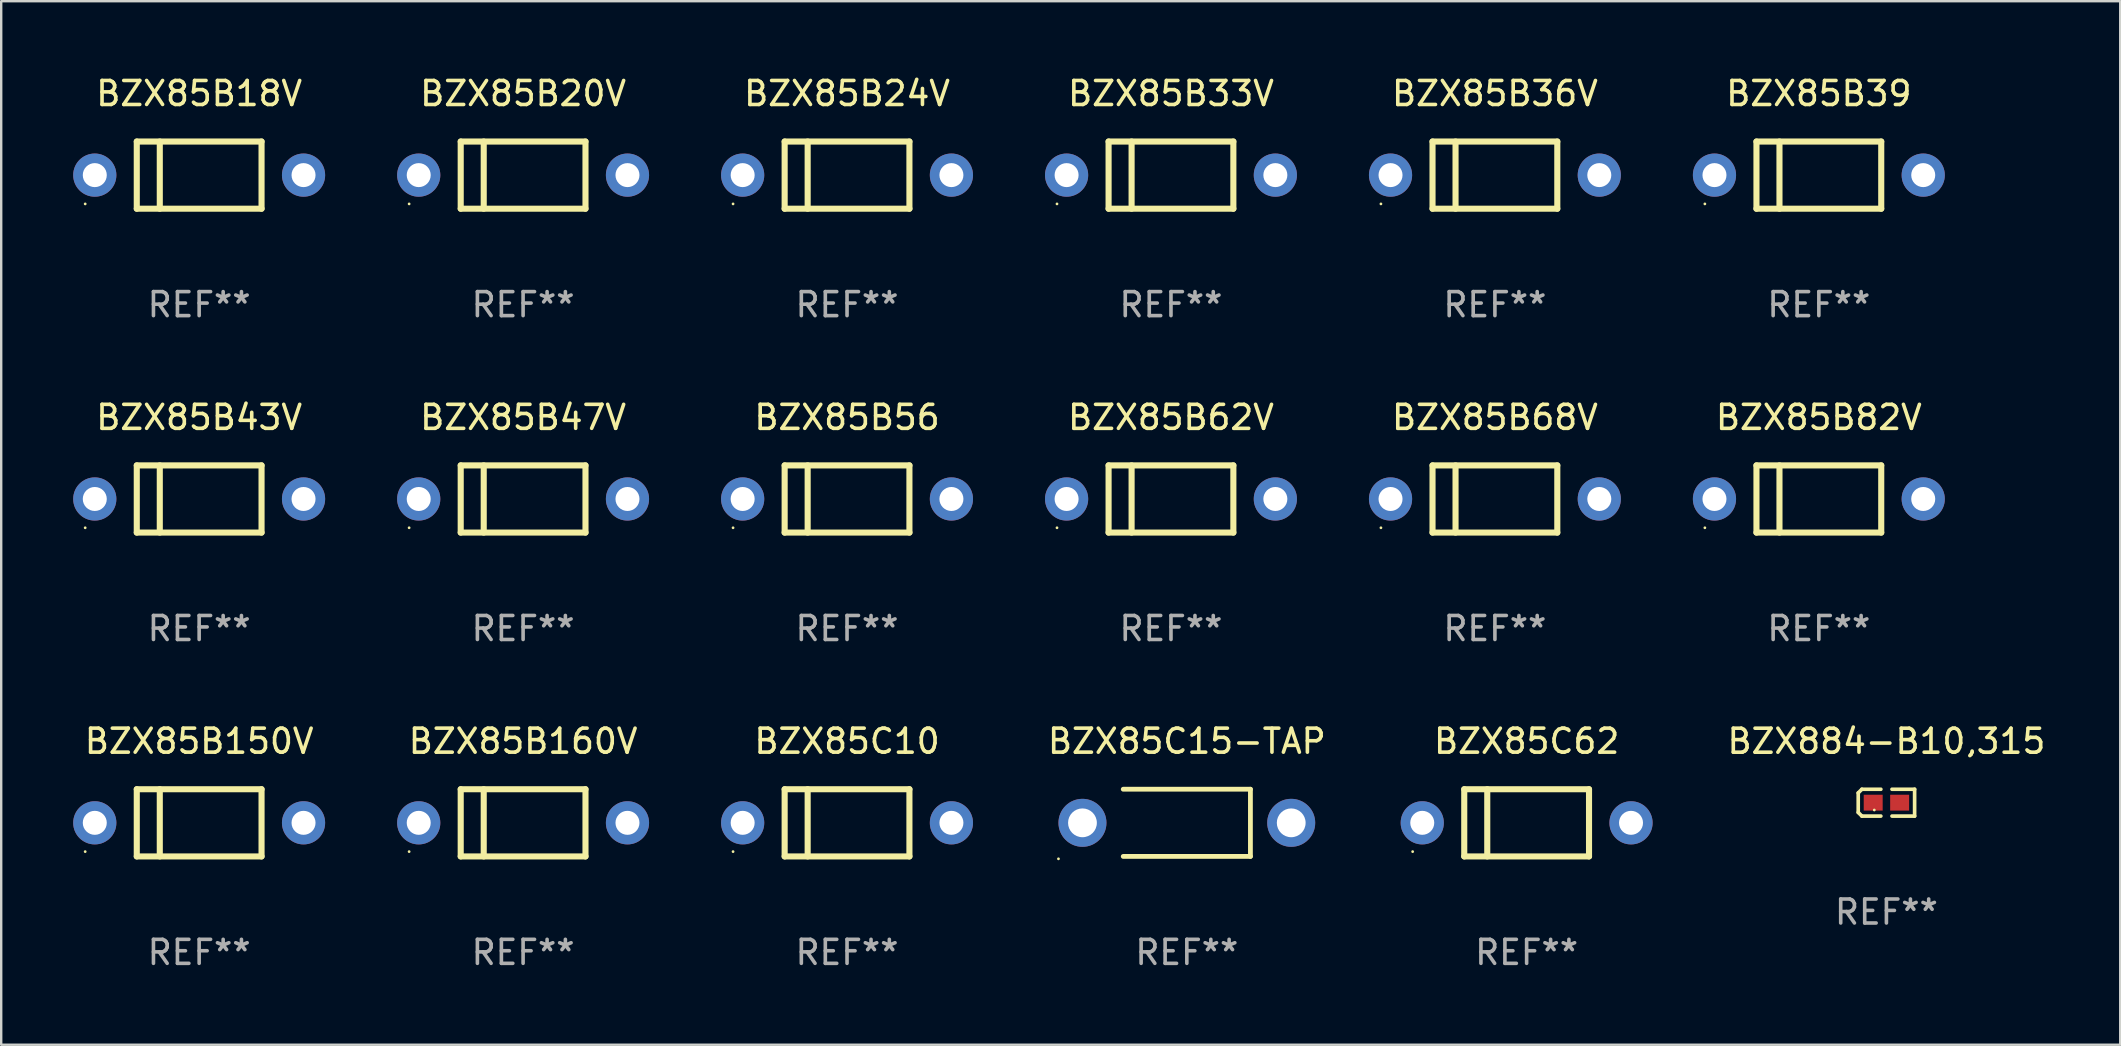
<source format=kicad_pcb>
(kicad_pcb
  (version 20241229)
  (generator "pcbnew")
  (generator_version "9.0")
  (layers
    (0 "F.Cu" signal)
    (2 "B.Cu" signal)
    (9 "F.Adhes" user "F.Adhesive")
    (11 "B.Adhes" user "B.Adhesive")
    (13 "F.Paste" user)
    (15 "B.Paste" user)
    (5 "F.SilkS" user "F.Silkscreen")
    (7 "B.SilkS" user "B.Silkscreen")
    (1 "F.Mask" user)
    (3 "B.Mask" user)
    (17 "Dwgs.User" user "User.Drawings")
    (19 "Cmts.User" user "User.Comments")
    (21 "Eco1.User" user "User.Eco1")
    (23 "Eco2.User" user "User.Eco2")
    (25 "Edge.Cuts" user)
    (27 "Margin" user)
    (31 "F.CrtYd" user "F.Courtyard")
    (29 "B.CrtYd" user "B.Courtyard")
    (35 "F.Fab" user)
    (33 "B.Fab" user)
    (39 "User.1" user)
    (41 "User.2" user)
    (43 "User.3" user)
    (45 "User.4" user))
  (footprint "BZX85C15-TAP"
    (layer "F.Cu")
    (at 46.411 31.241)
    (property "Reference" "BZX85C15-TAP" (at 0 -3.4 0) (layer "F.SilkS") (effects (font (size 1 1) (thickness 0.15))))
    (attr through_hole)
    (fp_line (start -2.65 1.4) (end 2.65 1.4) (stroke (width 0.2) (type solid)) (layer "F.SilkS"))
    (fp_line (start 2.65 -1.4) (end -2.65 -1.4) (stroke (width 0.2) (type solid)) (layer "F.SilkS"))
    (fp_line (start 2.65 1.4) (end 2.65 -1.4) (stroke (width 0.2) (type solid)) (layer "F.SilkS"))
    (fp_circle (center -5.35 1.5) (end -5.32 1.5) (stroke (width 0.06) (type solid)) (fill no) (layer "F.SilkS"))
    (fp_text user "REF**" (at 0 5.4 0) (layer "F.Fab") (effects (font (size 1 1) (thickness 0.15))))
    (pad "1" thru_hole circle (at -4.35 0) (size 2 2) (drill 1.2) (layers "*.Cu" "*.Mask"))
    (pad "2" thru_hole circle (at 4.35 0) (size 2 2) (drill 1.2) (layers "*.Cu" "*.Mask")))
  (footprint "BZX884-B10,315"
    (layer "F.Cu")
    (at 75.566 30.401)
    (property "Reference" "BZX884-B10,315" (at 0 -2.559 0) (layer "F.SilkS") (effects (font (size 1 1) (thickness 0.15))))
    (attr through_hole)
    (fp_line (start -1.175 -0.407) (end -1.023 -0.559) (stroke (width 0.152) (type solid)) (layer "F.SilkS"))
    (fp_line (start -1.175 0.407) (end -1.175 -0.407) (stroke (width 0.152) (type solid)) (layer "F.SilkS"))
    (fp_line (start -1.023 -0.559) (end -0.232 -0.559) (stroke (width 0.152) (type solid)) (layer "F.SilkS"))
    (fp_line (start -1.023 0.559) (end -1.175 0.407) (stroke (width 0.152) (type solid)) (layer "F.SilkS"))
    (fp_line (start -0.232 0.559) (end -1.023 0.559) (stroke (width 0.152) (type solid)) (layer "F.SilkS"))
    (fp_line (start 0.232 0.559) (end 1.175 0.559) (stroke (width 0.152) (type solid)) (layer "F.SilkS"))
    (fp_line (start 1.175 -0.559) (end 0.232 -0.559) (stroke (width 0.152) (type solid)) (layer "F.SilkS"))
    (fp_line (start 1.175 0.559) (end 1.175 -0.559) (stroke (width 0.152) (type solid)) (layer "F.SilkS"))
    (fp_circle (center -0.506 0.306) (end -0.476 0.306) (stroke (width 0.06) (type solid)) (fill no) (layer "F.SilkS"))
    (fp_text user "REF**" (at 0 4.559 0) (layer "F.Fab") (effects (font (size 1 1) (thickness 0.15))))
    (pad "1" smd rect (at -0.551 0) (size 0.79 0.661) (layers "F.Cu" "F.Mask" "F.Paste"))
    (pad "2" smd rect (at 0.551 0) (size 0.79 0.661) (layers "F.Cu" "F.Mask" "F.Paste")))
  (footprint "BZX85B68V"
    (layer "F.Cu")
    (at 59.25 17.745)
    (property "Reference" "BZX85B68V" (at 0 -3.4 0) (layer "F.SilkS") (effects (font (size 1 1) (thickness 0.15))))
    (attr through_hole)
    (fp_line (start -2.6 -1.4) (end -2.6 1.4) (stroke (width 0.254) (type solid)) (layer "F.SilkS"))
    (fp_line (start -2.6 -1.4) (end 2.6 -1.4) (stroke (width 0.254) (type solid)) (layer "F.SilkS"))
    (fp_line (start -2.6 1.4) (end 2.6 1.4) (stroke (width 0.254) (type solid)) (layer "F.SilkS"))
    (fp_line (start -1.641 -1.4) (end -1.641 1.4) (stroke (width 0.254) (type solid)) (layer "F.SilkS"))
    (fp_line (start 2.6 -1.4) (end 2.6 1.4) (stroke (width 0.254) (type solid)) (layer "F.SilkS"))
    (fp_circle (center -4.75 1.2) (end -4.72 1.2) (stroke (width 0.06) (type solid)) (fill no) (layer "F.SilkS"))
    (fp_text user "REF**" (at 0 5.4 0) (layer "F.Fab") (effects (font (size 1 1) (thickness 0.15))))
    (pad "1" thru_hole circle (at -4.35 0) (size 1.8 1.8) (drill 1) (layers "*.Cu" "*.Mask"))
    (pad "2" thru_hole circle (at 4.35 0) (size 1.8 1.8) (drill 1) (layers "*.Cu" "*.Mask")))
  (footprint "BZX85B150V"
    (layer "F.Cu")
    (at 5.25 31.241)
    (property "Reference" "BZX85B150V" (at 0 -3.4 0) (layer "F.SilkS") (effects (font (size 1 1) (thickness 0.15))))
    (attr through_hole)
    (fp_line (start -2.6 -1.4) (end -2.6 1.4) (stroke (width 0.254) (type solid)) (layer "F.SilkS"))
    (fp_line (start -2.6 -1.4) (end 2.6 -1.4) (stroke (width 0.254) (type solid)) (layer "F.SilkS"))
    (fp_line (start -2.6 1.4) (end 2.6 1.4) (stroke (width 0.254) (type solid)) (layer "F.SilkS"))
    (fp_line (start -1.641 -1.4) (end -1.641 1.4) (stroke (width 0.254) (type solid)) (layer "F.SilkS"))
    (fp_line (start 2.6 -1.4) (end 2.6 1.4) (stroke (width 0.254) (type solid)) (layer "F.SilkS"))
    (fp_circle (center -4.75 1.2) (end -4.72 1.2) (stroke (width 0.06) (type solid)) (fill no) (layer "F.SilkS"))
    (fp_text user "REF**" (at 0 5.4 0) (layer "F.Fab") (effects (font (size 1 1) (thickness 0.15))))
    (pad "1" thru_hole circle (at -4.35 0) (size 1.8 1.8) (drill 1) (layers "*.Cu" "*.Mask"))
    (pad "2" thru_hole circle (at 4.35 0) (size 1.8 1.8) (drill 1) (layers "*.Cu" "*.Mask")))
  (footprint "BZX85B39"
    (layer "F.Cu")
    (at 72.75 4.248)
    (property "Reference" "BZX85B39" (at 0 -3.4 0) (layer "F.SilkS") (effects (font (size 1 1) (thickness 0.15))))
    (attr through_hole)
    (fp_line (start -2.6 -1.4) (end -2.6 1.4) (stroke (width 0.254) (type solid)) (layer "F.SilkS"))
    (fp_line (start -2.6 -1.4) (end 2.6 -1.4) (stroke (width 0.254) (type solid)) (layer "F.SilkS"))
    (fp_line (start -2.6 1.4) (end 2.6 1.4) (stroke (width 0.254) (type solid)) (layer "F.SilkS"))
    (fp_line (start -1.641 -1.4) (end -1.641 1.4) (stroke (width 0.254) (type solid)) (layer "F.SilkS"))
    (fp_line (start 2.6 -1.4) (end 2.6 1.4) (stroke (width 0.254) (type solid)) (layer "F.SilkS"))
    (fp_circle (center -4.75 1.2) (end -4.72 1.2) (stroke (width 0.06) (type solid)) (fill no) (layer "F.SilkS"))
    (fp_text user "REF**" (at 0 5.4 0) (layer "F.Fab") (effects (font (size 1 1) (thickness 0.15))))
    (pad "1" thru_hole circle (at -4.35 0) (size 1.8 1.8) (drill 1) (layers "*.Cu" "*.Mask"))
    (pad "2" thru_hole circle (at 4.35 0) (size 1.8 1.8) (drill 1) (layers "*.Cu" "*.Mask")))
  (footprint "BZX85B160V"
    (layer "F.Cu")
    (at 18.75 31.241)
    (property "Reference" "BZX85B160V" (at 0 -3.4 0) (layer "F.SilkS") (effects (font (size 1 1) (thickness 0.15))))
    (attr through_hole)
    (fp_line (start -2.6 -1.4) (end -2.6 1.4) (stroke (width 0.254) (type solid)) (layer "F.SilkS"))
    (fp_line (start -2.6 -1.4) (end 2.6 -1.4) (stroke (width 0.254) (type solid)) (layer "F.SilkS"))
    (fp_line (start -2.6 1.4) (end 2.6 1.4) (stroke (width 0.254) (type solid)) (layer "F.SilkS"))
    (fp_line (start -1.641 -1.4) (end -1.641 1.4) (stroke (width 0.254) (type solid)) (layer "F.SilkS"))
    (fp_line (start 2.6 -1.4) (end 2.6 1.4) (stroke (width 0.254) (type solid)) (layer "F.SilkS"))
    (fp_circle (center -4.75 1.2) (end -4.72 1.2) (stroke (width 0.06) (type solid)) (fill no) (layer "F.SilkS"))
    (fp_text user "REF**" (at 0 5.4 0) (layer "F.Fab") (effects (font (size 1 1) (thickness 0.15))))
    (pad "1" thru_hole circle (at -4.35 0) (size 1.8 1.8) (drill 1) (layers "*.Cu" "*.Mask"))
    (pad "2" thru_hole circle (at 4.35 0) (size 1.8 1.8) (drill 1) (layers "*.Cu" "*.Mask")))
  (footprint "BZX85B24V"
    (layer "F.Cu")
    (at 32.25 4.248)
    (property "Reference" "BZX85B24V" (at 0 -3.4 0) (layer "F.SilkS") (effects (font (size 1 1) (thickness 0.15))))
    (attr through_hole)
    (fp_line (start -2.6 -1.4) (end -2.6 1.4) (stroke (width 0.254) (type solid)) (layer "F.SilkS"))
    (fp_line (start -2.6 -1.4) (end 2.6 -1.4) (stroke (width 0.254) (type solid)) (layer "F.SilkS"))
    (fp_line (start -2.6 1.4) (end 2.6 1.4) (stroke (width 0.254) (type solid)) (layer "F.SilkS"))
    (fp_line (start -1.641 -1.4) (end -1.641 1.4) (stroke (width 0.254) (type solid)) (layer "F.SilkS"))
    (fp_line (start 2.6 -1.4) (end 2.6 1.4) (stroke (width 0.254) (type solid)) (layer "F.SilkS"))
    (fp_circle (center -4.75 1.2) (end -4.72 1.2) (stroke (width 0.06) (type solid)) (fill no) (layer "F.SilkS"))
    (fp_text user "REF**" (at 0 5.4 0) (layer "F.Fab") (effects (font (size 1 1) (thickness 0.15))))
    (pad "1" thru_hole circle (at -4.35 0) (size 1.8 1.8) (drill 1) (layers "*.Cu" "*.Mask"))
    (pad "2" thru_hole circle (at 4.35 0) (size 1.8 1.8) (drill 1) (layers "*.Cu" "*.Mask")))
  (footprint "BZX85B43V"
    (layer "F.Cu")
    (at 5.25 17.745)
    (property "Reference" "BZX85B43V" (at 0 -3.4 0) (layer "F.SilkS") (effects (font (size 1 1) (thickness 0.15))))
    (attr through_hole)
    (fp_line (start -2.6 -1.4) (end -2.6 1.4) (stroke (width 0.254) (type solid)) (layer "F.SilkS"))
    (fp_line (start -2.6 -1.4) (end 2.6 -1.4) (stroke (width 0.254) (type solid)) (layer "F.SilkS"))
    (fp_line (start -2.6 1.4) (end 2.6 1.4) (stroke (width 0.254) (type solid)) (layer "F.SilkS"))
    (fp_line (start -1.641 -1.4) (end -1.641 1.4) (stroke (width 0.254) (type solid)) (layer "F.SilkS"))
    (fp_line (start 2.6 -1.4) (end 2.6 1.4) (stroke (width 0.254) (type solid)) (layer "F.SilkS"))
    (fp_circle (center -4.75 1.2) (end -4.72 1.2) (stroke (width 0.06) (type solid)) (fill no) (layer "F.SilkS"))
    (fp_text user "REF**" (at 0 5.4 0) (layer "F.Fab") (effects (font (size 1 1) (thickness 0.15))))
    (pad "1" thru_hole circle (at -4.35 0) (size 1.8 1.8) (drill 1) (layers "*.Cu" "*.Mask"))
    (pad "2" thru_hole circle (at 4.35 0) (size 1.8 1.8) (drill 1) (layers "*.Cu" "*.Mask")))
  (footprint "BZX85B20V"
    (layer "F.Cu")
    (at 18.75 4.248)
    (property "Reference" "BZX85B20V" (at 0 -3.4 0) (layer "F.SilkS") (effects (font (size 1 1) (thickness 0.15))))
    (attr through_hole)
    (fp_line (start -2.6 -1.4) (end -2.6 1.4) (stroke (width 0.254) (type solid)) (layer "F.SilkS"))
    (fp_line (start -2.6 -1.4) (end 2.6 -1.4) (stroke (width 0.254) (type solid)) (layer "F.SilkS"))
    (fp_line (start -2.6 1.4) (end 2.6 1.4) (stroke (width 0.254) (type solid)) (layer "F.SilkS"))
    (fp_line (start -1.641 -1.4) (end -1.641 1.4) (stroke (width 0.254) (type solid)) (layer "F.SilkS"))
    (fp_line (start 2.6 -1.4) (end 2.6 1.4) (stroke (width 0.254) (type solid)) (layer "F.SilkS"))
    (fp_circle (center -4.75 1.2) (end -4.72 1.2) (stroke (width 0.06) (type solid)) (fill no) (layer "F.SilkS"))
    (fp_text user "REF**" (at 0 5.4 0) (layer "F.Fab") (effects (font (size 1 1) (thickness 0.15))))
    (pad "1" thru_hole circle (at -4.35 0) (size 1.8 1.8) (drill 1) (layers "*.Cu" "*.Mask"))
    (pad "2" thru_hole circle (at 4.35 0) (size 1.8 1.8) (drill 1) (layers "*.Cu" "*.Mask")))
  (footprint "BZX85B18V"
    (layer "F.Cu")
    (at 5.25 4.248)
    (property "Reference" "BZX85B18V" (at 0 -3.4 0) (layer "F.SilkS") (effects (font (size 1 1) (thickness 0.15))))
    (attr through_hole)
    (fp_line (start -2.6 -1.4) (end -2.6 1.4) (stroke (width 0.254) (type solid)) (layer "F.SilkS"))
    (fp_line (start -2.6 -1.4) (end 2.6 -1.4) (stroke (width 0.254) (type solid)) (layer "F.SilkS"))
    (fp_line (start -2.6 1.4) (end 2.6 1.4) (stroke (width 0.254) (type solid)) (layer "F.SilkS"))
    (fp_line (start -1.641 -1.4) (end -1.641 1.4) (stroke (width 0.254) (type solid)) (layer "F.SilkS"))
    (fp_line (start 2.6 -1.4) (end 2.6 1.4) (stroke (width 0.254) (type solid)) (layer "F.SilkS"))
    (fp_circle (center -4.75 1.2) (end -4.72 1.2) (stroke (width 0.06) (type solid)) (fill no) (layer "F.SilkS"))
    (fp_text user "REF**" (at 0 5.4 0) (layer "F.Fab") (effects (font (size 1 1) (thickness 0.15))))
    (pad "1" thru_hole circle (at -4.35 0) (size 1.8 1.8) (drill 1) (layers "*.Cu" "*.Mask"))
    (pad "2" thru_hole circle (at 4.35 0) (size 1.8 1.8) (drill 1) (layers "*.Cu" "*.Mask")))
  (footprint "BZX85C10"
    (layer "F.Cu")
    (at 32.25 31.241)
    (property "Reference" "BZX85C10" (at 0 -3.4 0) (layer "F.SilkS") (effects (font (size 1 1) (thickness 0.15))))
    (attr through_hole)
    (fp_line (start -2.6 -1.4) (end -2.6 1.4) (stroke (width 0.254) (type solid)) (layer "F.SilkS"))
    (fp_line (start -2.6 -1.4) (end 2.6 -1.4) (stroke (width 0.254) (type solid)) (layer "F.SilkS"))
    (fp_line (start -2.6 1.4) (end 2.6 1.4) (stroke (width 0.254) (type solid)) (layer "F.SilkS"))
    (fp_line (start -1.641 -1.4) (end -1.641 1.4) (stroke (width 0.254) (type solid)) (layer "F.SilkS"))
    (fp_line (start 2.6 -1.4) (end 2.6 1.4) (stroke (width 0.254) (type solid)) (layer "F.SilkS"))
    (fp_circle (center -4.75 1.2) (end -4.72 1.2) (stroke (width 0.06) (type solid)) (fill no) (layer "F.SilkS"))
    (fp_text user "REF**" (at 0 5.4 0) (layer "F.Fab") (effects (font (size 1 1) (thickness 0.15))))
    (pad "1" thru_hole circle (at -4.35 0) (size 1.8 1.8) (drill 1) (layers "*.Cu" "*.Mask"))
    (pad "2" thru_hole circle (at 4.35 0) (size 1.8 1.8) (drill 1) (layers "*.Cu" "*.Mask")))
  (footprint "BZX85B47V"
    (layer "F.Cu")
    (at 18.75 17.745)
    (property "Reference" "BZX85B47V" (at 0 -3.4 0) (layer "F.SilkS") (effects (font (size 1 1) (thickness 0.15))))
    (attr through_hole)
    (fp_line (start -2.6 -1.4) (end -2.6 1.4) (stroke (width 0.254) (type solid)) (layer "F.SilkS"))
    (fp_line (start -2.6 -1.4) (end 2.6 -1.4) (stroke (width 0.254) (type solid)) (layer "F.SilkS"))
    (fp_line (start -2.6 1.4) (end 2.6 1.4) (stroke (width 0.254) (type solid)) (layer "F.SilkS"))
    (fp_line (start -1.641 -1.4) (end -1.641 1.4) (stroke (width 0.254) (type solid)) (layer "F.SilkS"))
    (fp_line (start 2.6 -1.4) (end 2.6 1.4) (stroke (width 0.254) (type solid)) (layer "F.SilkS"))
    (fp_circle (center -4.75 1.2) (end -4.72 1.2) (stroke (width 0.06) (type solid)) (fill no) (layer "F.SilkS"))
    (fp_text user "REF**" (at 0 5.4 0) (layer "F.Fab") (effects (font (size 1 1) (thickness 0.15))))
    (pad "1" thru_hole circle (at -4.35 0) (size 1.8 1.8) (drill 1) (layers "*.Cu" "*.Mask"))
    (pad "2" thru_hole circle (at 4.35 0) (size 1.8 1.8) (drill 1) (layers "*.Cu" "*.Mask")))
  (footprint "BZX85B62V"
    (layer "F.Cu")
    (at 45.75 17.745)
    (property "Reference" "BZX85B62V" (at 0 -3.4 0) (layer "F.SilkS") (effects (font (size 1 1) (thickness 0.15))))
    (attr through_hole)
    (fp_line (start -2.6 -1.4) (end -2.6 1.4) (stroke (width 0.254) (type solid)) (layer "F.SilkS"))
    (fp_line (start -2.6 -1.4) (end 2.6 -1.4) (stroke (width 0.254) (type solid)) (layer "F.SilkS"))
    (fp_line (start -2.6 1.4) (end 2.6 1.4) (stroke (width 0.254) (type solid)) (layer "F.SilkS"))
    (fp_line (start -1.641 -1.4) (end -1.641 1.4) (stroke (width 0.254) (type solid)) (layer "F.SilkS"))
    (fp_line (start 2.6 -1.4) (end 2.6 1.4) (stroke (width 0.254) (type solid)) (layer "F.SilkS"))
    (fp_circle (center -4.75 1.2) (end -4.72 1.2) (stroke (width 0.06) (type solid)) (fill no) (layer "F.SilkS"))
    (fp_text user "REF**" (at 0 5.4 0) (layer "F.Fab") (effects (font (size 1 1) (thickness 0.15))))
    (pad "1" thru_hole circle (at -4.35 0) (size 1.8 1.8) (drill 1) (layers "*.Cu" "*.Mask"))
    (pad "2" thru_hole circle (at 4.35 0) (size 1.8 1.8) (drill 1) (layers "*.Cu" "*.Mask")))
  (footprint "BZX85B82V"
    (layer "F.Cu")
    (at 72.75 17.745)
    (property "Reference" "BZX85B82V" (at 0 -3.4 0) (layer "F.SilkS") (effects (font (size 1 1) (thickness 0.15))))
    (attr through_hole)
    (fp_line (start -2.6 -1.4) (end -2.6 1.4) (stroke (width 0.254) (type solid)) (layer "F.SilkS"))
    (fp_line (start -2.6 -1.4) (end 2.6 -1.4) (stroke (width 0.254) (type solid)) (layer "F.SilkS"))
    (fp_line (start -2.6 1.4) (end 2.6 1.4) (stroke (width 0.254) (type solid)) (layer "F.SilkS"))
    (fp_line (start -1.641 -1.4) (end -1.641 1.4) (stroke (width 0.254) (type solid)) (layer "F.SilkS"))
    (fp_line (start 2.6 -1.4) (end 2.6 1.4) (stroke (width 0.254) (type solid)) (layer "F.SilkS"))
    (fp_circle (center -4.75 1.2) (end -4.72 1.2) (stroke (width 0.06) (type solid)) (fill no) (layer "F.SilkS"))
    (fp_text user "REF**" (at 0 5.4 0) (layer "F.Fab") (effects (font (size 1 1) (thickness 0.15))))
    (pad "1" thru_hole circle (at -4.35 0) (size 1.8 1.8) (drill 1) (layers "*.Cu" "*.Mask"))
    (pad "2" thru_hole circle (at 4.35 0) (size 1.8 1.8) (drill 1) (layers "*.Cu" "*.Mask")))
  (footprint "BZX85B33V"
    (layer "F.Cu")
    (at 45.75 4.248)
    (property "Reference" "BZX85B33V" (at 0 -3.4 0) (layer "F.SilkS") (effects (font (size 1 1) (thickness 0.15))))
    (attr through_hole)
    (fp_line (start -2.6 -1.4) (end -2.6 1.4) (stroke (width 0.254) (type solid)) (layer "F.SilkS"))
    (fp_line (start -2.6 -1.4) (end 2.6 -1.4) (stroke (width 0.254) (type solid)) (layer "F.SilkS"))
    (fp_line (start -2.6 1.4) (end 2.6 1.4) (stroke (width 0.254) (type solid)) (layer "F.SilkS"))
    (fp_line (start -1.641 -1.4) (end -1.641 1.4) (stroke (width 0.254) (type solid)) (layer "F.SilkS"))
    (fp_line (start 2.6 -1.4) (end 2.6 1.4) (stroke (width 0.254) (type solid)) (layer "F.SilkS"))
    (fp_circle (center -4.75 1.2) (end -4.72 1.2) (stroke (width 0.06) (type solid)) (fill no) (layer "F.SilkS"))
    (fp_text user "REF**" (at 0 5.4 0) (layer "F.Fab") (effects (font (size 1 1) (thickness 0.15))))
    (pad "1" thru_hole circle (at -4.35 0) (size 1.8 1.8) (drill 1) (layers "*.Cu" "*.Mask"))
    (pad "2" thru_hole circle (at 4.35 0) (size 1.8 1.8) (drill 1) (layers "*.Cu" "*.Mask")))
  (footprint "BZX85C62"
    (layer "F.Cu")
    (at 60.572 31.241)
    (property "Reference" "BZX85C62" (at 0 -3.4 0) (layer "F.SilkS") (effects (font (size 1 1) (thickness 0.15))))
    (attr through_hole)
    (fp_line (start -2.6 -1.4) (end -2.6 1.4) (stroke (width 0.254) (type solid)) (layer "F.SilkS"))
    (fp_line (start -2.6 -1.4) (end 2.6 -1.4) (stroke (width 0.254) (type solid)) (layer "F.SilkS"))
    (fp_line (start -2.6 1.4) (end 2.6 1.4) (stroke (width 0.254) (type solid)) (layer "F.SilkS"))
    (fp_line (start -1.641 -1.4) (end -1.641 1.4) (stroke (width 0.254) (type solid)) (layer "F.SilkS"))
    (fp_line (start 2.6 -1.4) (end 2.6 1.4) (stroke (width 0.254) (type solid)) (layer "F.SilkS"))
    (fp_circle (center -4.75 1.2) (end -4.72 1.2) (stroke (width 0.06) (type solid)) (fill no) (layer "F.SilkS"))
    (fp_text user "REF**" (at 0 5.4 0) (layer "F.Fab") (effects (font (size 1 1) (thickness 0.15))))
    (pad "1" thru_hole circle (at -4.35 0) (size 1.8 1.8) (drill 1) (layers "*.Cu" "*.Mask"))
    (pad "2" thru_hole circle (at 4.35 0) (size 1.8 1.8) (drill 1) (layers "*.Cu" "*.Mask")))
  (footprint "BZX85B36V"
    (layer "F.Cu")
    (at 59.25 4.248)
    (property "Reference" "BZX85B36V" (at 0 -3.4 0) (layer "F.SilkS") (effects (font (size 1 1) (thickness 0.15))))
    (attr through_hole)
    (fp_line (start -2.6 -1.4) (end -2.6 1.4) (stroke (width 0.254) (type solid)) (layer "F.SilkS"))
    (fp_line (start -2.6 -1.4) (end 2.6 -1.4) (stroke (width 0.254) (type solid)) (layer "F.SilkS"))
    (fp_line (start -2.6 1.4) (end 2.6 1.4) (stroke (width 0.254) (type solid)) (layer "F.SilkS"))
    (fp_line (start -1.641 -1.4) (end -1.641 1.4) (stroke (width 0.254) (type solid)) (layer "F.SilkS"))
    (fp_line (start 2.6 -1.4) (end 2.6 1.4) (stroke (width 0.254) (type solid)) (layer "F.SilkS"))
    (fp_circle (center -4.75 1.2) (end -4.72 1.2) (stroke (width 0.06) (type solid)) (fill no) (layer "F.SilkS"))
    (fp_text user "REF**" (at 0 5.4 0) (layer "F.Fab") (effects (font (size 1 1) (thickness 0.15))))
    (pad "1" thru_hole circle (at -4.35 0) (size 1.8 1.8) (drill 1) (layers "*.Cu" "*.Mask"))
    (pad "2" thru_hole circle (at 4.35 0) (size 1.8 1.8) (drill 1) (layers "*.Cu" "*.Mask")))
  (footprint "BZX85B56"
    (layer "F.Cu")
    (at 32.25 17.745)
    (property "Reference" "BZX85B56" (at 0 -3.4 0) (layer "F.SilkS") (effects (font (size 1 1) (thickness 0.15))))
    (attr through_hole)
    (fp_line (start -2.6 -1.4) (end -2.6 1.4) (stroke (width 0.254) (type solid)) (layer "F.SilkS"))
    (fp_line (start -2.6 -1.4) (end 2.6 -1.4) (stroke (width 0.254) (type solid)) (layer "F.SilkS"))
    (fp_line (start -2.6 1.4) (end 2.6 1.4) (stroke (width 0.254) (type solid)) (layer "F.SilkS"))
    (fp_line (start -1.641 -1.4) (end -1.641 1.4) (stroke (width 0.254) (type solid)) (layer "F.SilkS"))
    (fp_line (start 2.6 -1.4) (end 2.6 1.4) (stroke (width 0.254) (type solid)) (layer "F.SilkS"))
    (fp_circle (center -4.75 1.2) (end -4.72 1.2) (stroke (width 0.06) (type solid)) (fill no) (layer "F.SilkS"))
    (fp_text user "REF**" (at 0 5.4 0) (layer "F.Fab") (effects (font (size 1 1) (thickness 0.15))))
    (pad "1" thru_hole circle (at -4.35 0) (size 1.8 1.8) (drill 1) (layers "*.Cu" "*.Mask"))
    (pad "2" thru_hole circle (at 4.35 0) (size 1.8 1.8) (drill 1) (layers "*.Cu" "*.Mask")))
  (gr_rect
    (start -3 -3)
    (end 85.31 40.49)
    (stroke (width 0.1) (type default))
    (fill no)
    (layer "Edge.Cuts")))
</source>
